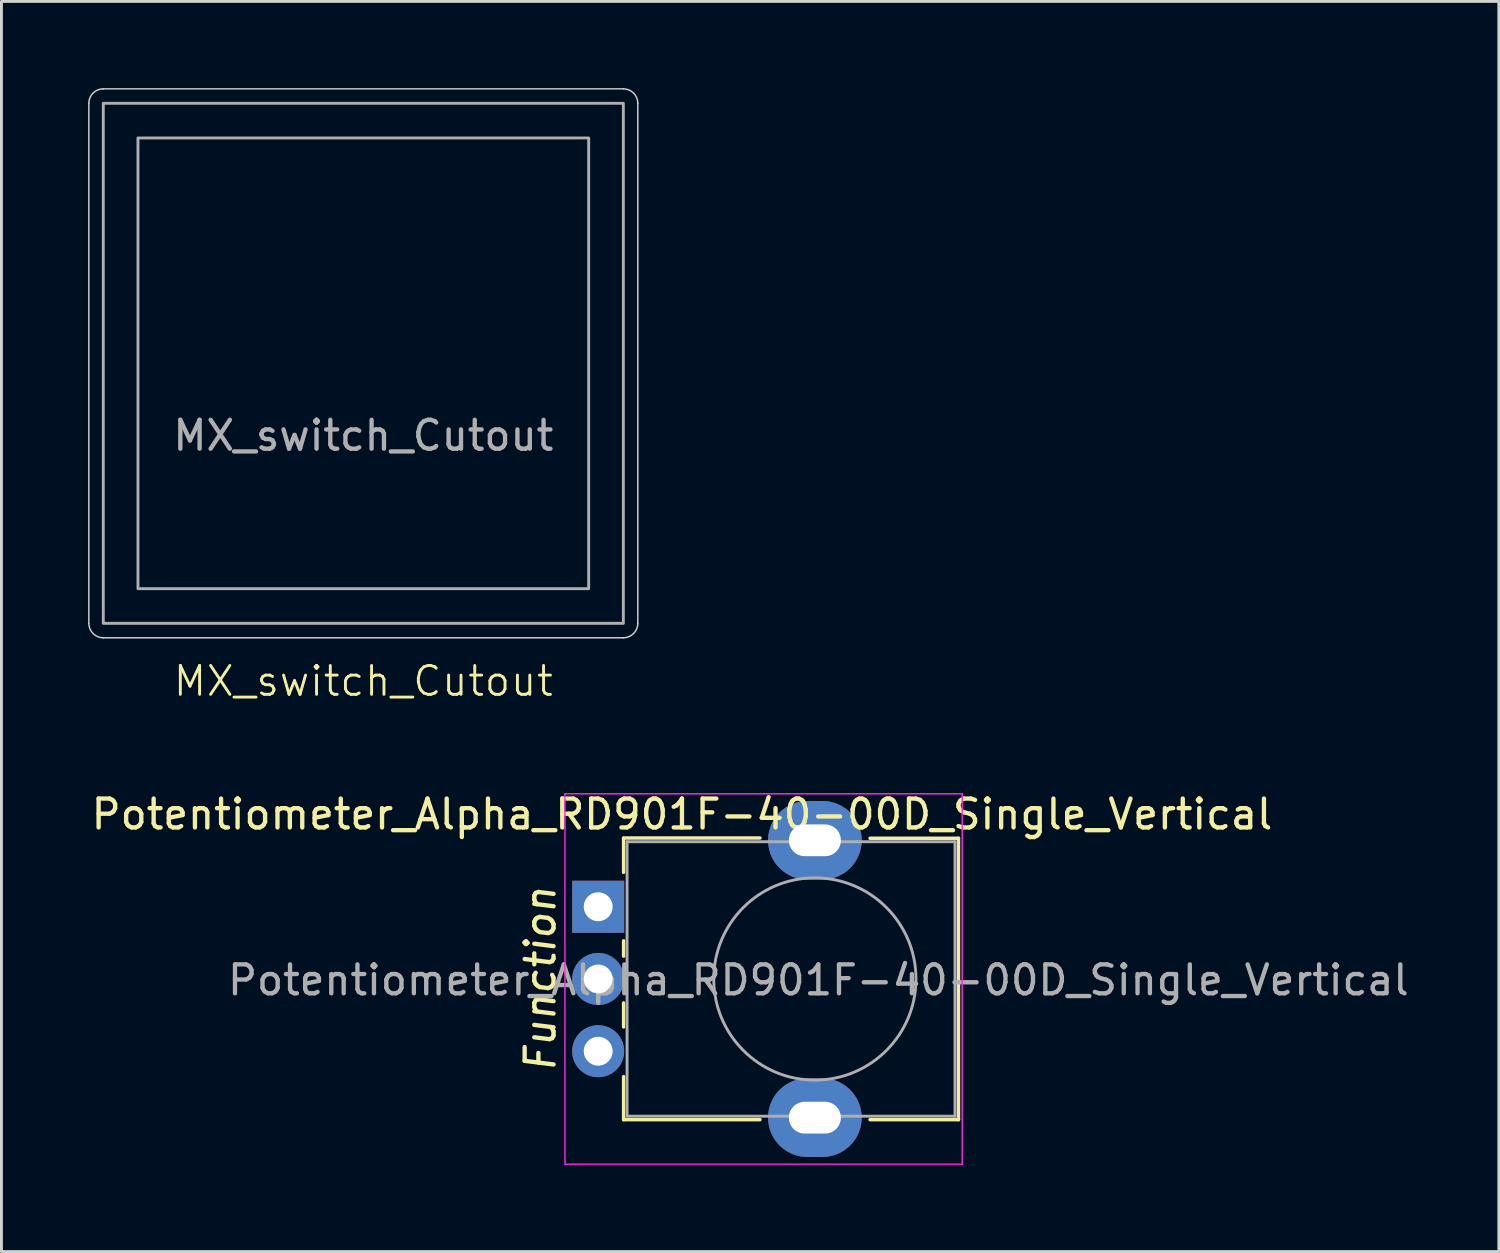
<source format=kicad_pcb>
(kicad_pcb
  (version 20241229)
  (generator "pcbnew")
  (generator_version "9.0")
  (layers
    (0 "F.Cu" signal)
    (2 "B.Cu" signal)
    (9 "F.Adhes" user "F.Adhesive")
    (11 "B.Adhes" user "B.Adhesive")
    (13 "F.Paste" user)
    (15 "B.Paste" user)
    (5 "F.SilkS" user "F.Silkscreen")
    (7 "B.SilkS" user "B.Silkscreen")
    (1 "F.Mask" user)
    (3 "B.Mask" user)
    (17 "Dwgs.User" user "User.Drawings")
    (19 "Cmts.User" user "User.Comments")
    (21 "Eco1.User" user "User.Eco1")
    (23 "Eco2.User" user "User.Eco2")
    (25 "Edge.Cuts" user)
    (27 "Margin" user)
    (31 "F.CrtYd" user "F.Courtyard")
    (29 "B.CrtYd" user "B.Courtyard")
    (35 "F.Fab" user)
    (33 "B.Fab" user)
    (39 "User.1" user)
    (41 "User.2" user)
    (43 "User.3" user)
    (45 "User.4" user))
  (footprint "MX_switch_Cutout"
    (layer "F.Cu")
    (at 9.525 9.525)
    (property "Reference" "MX_switch_Cutout" (at 0 11 0) (unlocked yes) (layer "F.SilkS") (effects (font (size 1 1) (thickness 0.1))))
    (attr through_hole exclude_from_bom)
    (fp_line (start -9.5 -9) (end -9.5 9) (stroke (width 0.05) (type default)) (layer "Edge.Cuts"))
    (fp_line (start -9 -9.5) (end 9 -9.5) (stroke (width 0.05) (type default)) (layer "Edge.Cuts"))
    (fp_line (start -9 9.5) (end 9 9.5) (stroke (width 0.05) (type default)) (layer "Edge.Cuts"))
    (fp_line (start 9.5 -9) (end 9.5 9) (stroke (width 0.05) (type default)) (layer "Edge.Cuts"))
    (fp_arc (start -9.5 -9) (mid -9.353553 -9.353553) (end -9 -9.5) (stroke (width 0.05) (type default)) (layer "Edge.Cuts"))
    (fp_arc (start -9 9.5) (mid -9.353553 9.353553) (end -9.5 9) (stroke (width 0.05) (type default)) (layer "Edge.Cuts"))
    (fp_arc (start 9 -9.5) (mid 9.353553 -9.353553) (end 9.5 -9) (stroke (width 0.05) (type default)) (layer "Edge.Cuts"))
    (fp_arc (start 9.5 9) (mid 9.353553 9.353553) (end 9 9.5) (stroke (width 0.05) (type default)) (layer "Edge.Cuts"))
    (fp_rect (start -9 -9) (end 9 9) (stroke (width 0.1) (type default)) (fill no) (layer "F.Fab"))
    (fp_rect (start -7.8 -7.8) (end 7.8 7.8) (stroke (width 0.1) (type default)) (fill no) (layer "F.Fab"))
    (fp_text user "${REFERENCE}" (at 0 2.5 0) (unlocked yes) (layer "F.Fab") (effects (font (size 1 1) (thickness 0.15)))))
  (footprint "Potentiometer_Alpha_RD901F-40-00D_Single_Vertical"
    (layer "F.Cu")
    (at 17.654 28.334)
    (property "Reference" "Potentiometer_Alpha_RD901F-40-00D_Single_Vertical" (at 2.9 -3.2 180) (layer "F.SilkS") (effects (font (size 1 1) (thickness 0.15))))
    (property "Function" "Function" (at -2 2.5 90) (layer "F.SilkS") (effects (font (size 1 1) (thickness 0.15) (italic yes))))
    (attr through_hole)
    (fp_line (start 0.88 -2.38) (end 5.6 -2.38) (stroke (width 0.12) (type solid)) (layer "F.SilkS"))
    (fp_line (start 0.88 -1.19) (end 0.88 -2.37) (stroke (width 0.12) (type solid)) (layer "F.SilkS"))
    (fp_line (start 0.88 1.71) (end 0.88 1.18) (stroke (width 0.12) (type solid)) (layer "F.SilkS"))
    (fp_line (start 0.88 4.16) (end 0.88 3.33) (stroke (width 0.12) (type solid)) (layer "F.SilkS"))
    (fp_line (start 0.88 7.37) (end 0.88 5.88) (stroke (width 0.12) (type solid)) (layer "F.SilkS"))
    (fp_line (start 0.88 7.37) (end 5.6 7.37) (stroke (width 0.12) (type solid)) (layer "F.SilkS"))
    (fp_line (start 9.41 -2.37) (end 12.47 -2.37) (stroke (width 0.12) (type solid)) (layer "F.SilkS"))
    (fp_line (start 9.41 7.37) (end 12.47 7.37) (stroke (width 0.12) (type solid)) (layer "F.SilkS"))
    (fp_line (start 12.47 7.37) (end 12.47 -2.37) (stroke (width 0.12) (type solid)) (layer "F.SilkS"))
    (fp_line (start -1.15 -3.91) (end -1.15 8.91) (stroke (width 0.05) (type solid)) (layer "F.CrtYd"))
    (fp_line (start -1.15 8.91) (end 12.6 8.91) (stroke (width 0.05) (type solid)) (layer "F.CrtYd"))
    (fp_line (start 12.6 -3.91) (end -1.15 -3.91) (stroke (width 0.05) (type solid)) (layer "F.CrtYd"))
    (fp_line (start 12.6 8.91) (end 12.6 -3.91) (stroke (width 0.05) (type solid)) (layer "F.CrtYd"))
    (fp_line (start 1 -2.25) (end 12.35 -2.25) (stroke (width 0.1) (type solid)) (layer "F.Fab"))
    (fp_line (start 1 7.25) (end 1 -2.25) (stroke (width 0.1) (type solid)) (layer "F.Fab"))
    (fp_line (start 1 7.25) (end 12.35 7.25) (stroke (width 0.1) (type solid)) (layer "F.Fab"))
    (fp_line (start 12.35 7.25) (end 12.35 -2.25) (stroke (width 0.1) (type solid)) (layer "F.Fab"))
    (fp_circle (center 7.5 2.5) (end 7.5 -1) (stroke (width 0.1) (type solid)) (fill no) (layer "F.Fab"))
    (fp_text user "${REFERENCE}" (at 7.62 2.54 0) (layer "F.Fab") (effects (font (size 1 1) (thickness 0.15))))
    (pad "" thru_hole oval (at 7.5 -2.3 90) (size 2.72 3.24) (drill oval 1.1 1.8) (layers "*.Cu" "*.Mask"))
    (pad "" thru_hole oval (at 7.5 7.3 90) (size 2.72 3.24) (drill oval 1.1 1.8) (layers "*.Cu" "*.Mask"))
    (pad "1" thru_hole rect (at 0 0 90) (size 1.8 1.8) (drill 1) (layers "*.Cu" "*.Mask"))
    (pad "2" thru_hole circle (at 0 2.5 90) (size 1.8 1.8) (drill 1) (layers "*.Cu" "*.Mask"))
    (pad "3" thru_hole circle (at 0 5 90) (size 1.8 1.8) (drill 1) (layers "*.Cu" "*.Mask")))
  (gr_rect
    (start -3 -3)
    (end 48.827 40.269)
    (stroke (width 0.1) (type default))
    (fill no)
    (layer "Edge.Cuts")))
</source>
